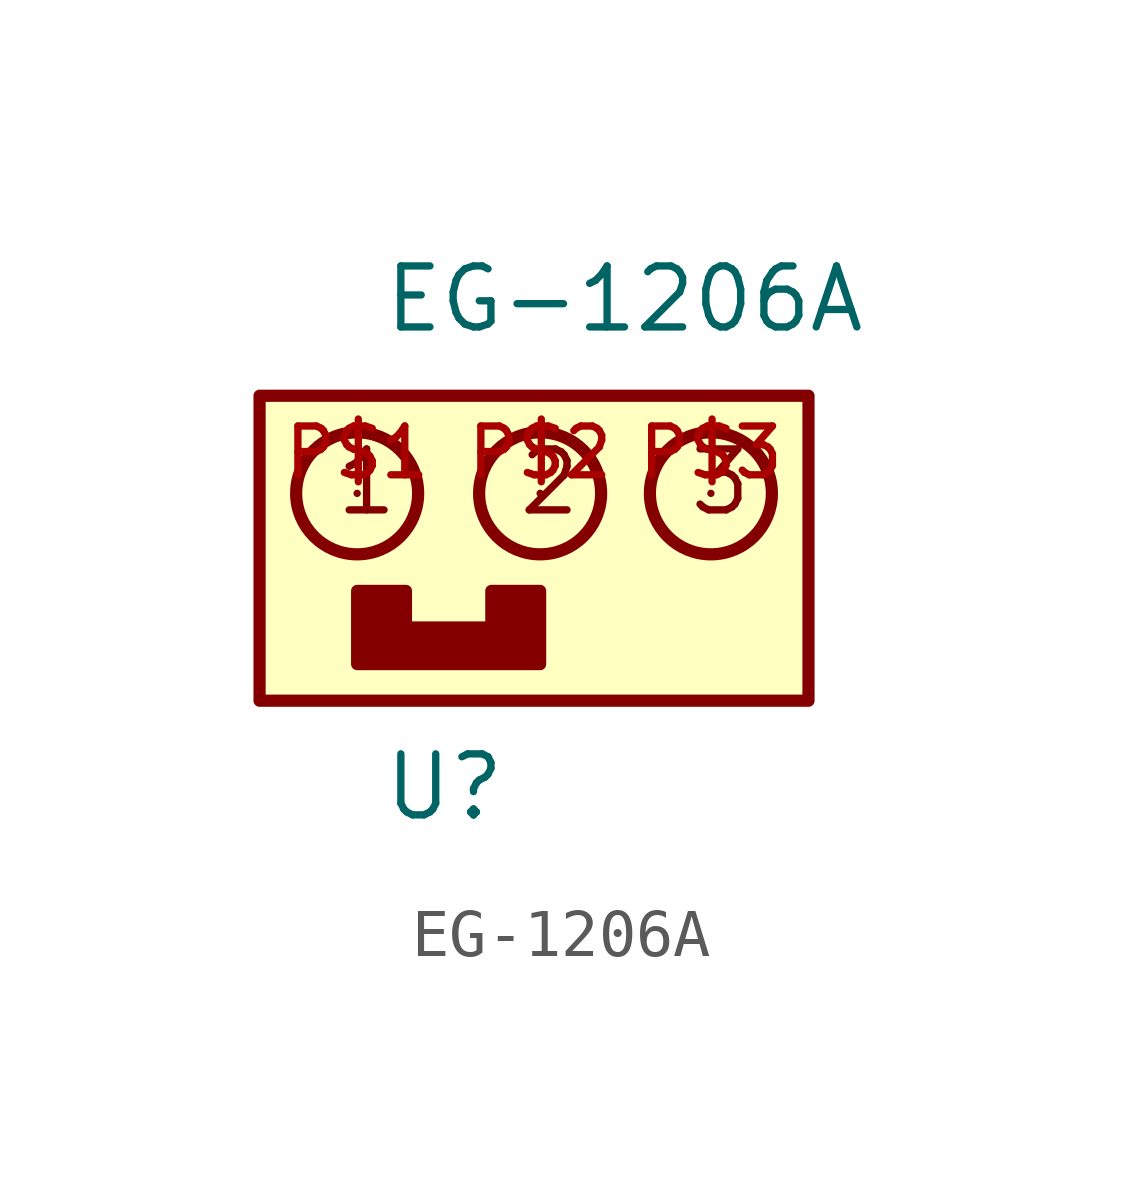
<source format=kicad_sym>
(kicad_symbol_lib
  (version 20211014)
  (generator kicad_symbol_editor)
  (symbol "EG-1206A"
    (pin_names
      (offset 1.016))
    (property "Reference" "U"
      (at 2.54 -2.54 0)
      (effects (font (size 1.27 1.27)) (justify bottom left)))
    (property "Value" "EG-1206A"
      (at 2.54 7.62 0)
      (effects (font (size 1.27 1.27)) (justify bottom left)))
    (symbol "EG-1206A_0_0"
      (circle (center 2.032 4.318) (radius 1.27) (stroke (width 0.254)) (fill (type none)))
      (circle (center 9.398 4.318) (radius 1.27) (stroke (width 0.254)) (fill (type none)))
      (circle (center 5.842 4.318) (radius 1.27) (stroke (width 0.254)) (fill (type none)))
      (text "1" (at 1.524 3.81 0) (effects (font (size 1.27 1.27)) (justify bottom left)))
      (text "2" (at 5.334 3.81 0) (effects (font (size 1.27 1.27)) (justify bottom left)))
      (text "3" (at 8.89 3.81 0) (effects (font (size 1.27 1.27)) (justify bottom left)))
      (polyline (pts (xy 2.032 2.286) (xy 2.032 0.762) (xy 5.842 0.762) (xy 5.842 2.286) (xy 4.826 2.286) (xy 4.826 1.524) (xy 3.048 1.524) (xy 3.048 2.286) (xy 2.032 2.286)) (stroke (width 0.254)) (fill (type outline)))
      (rectangle (start 0.0 -4.4408920985e-16) (end 11.43 6.35) (stroke (width 0.254)) (fill (type background)))
      (pin bidirectional line (at 2.032 4.318 0) (length 0) (name "~" (effects (font (size 1.016 1.016)))) (number "P$1" (effects (font (size 1.016 1.016)))))
      (pin bidirectional line (at 5.842 4.318 0) (length 0) (name "~" (effects (font (size 1.016 1.016)))) (number "P$2" (effects (font (size 1.016 1.016)))))
      (pin bidirectional line (at 9.398 4.318 0) (length 0) (name "~" (effects (font (size 1.016 1.016)))) (number "P$3" (effects (font (size 1.016 1.016))))))))
</source>
